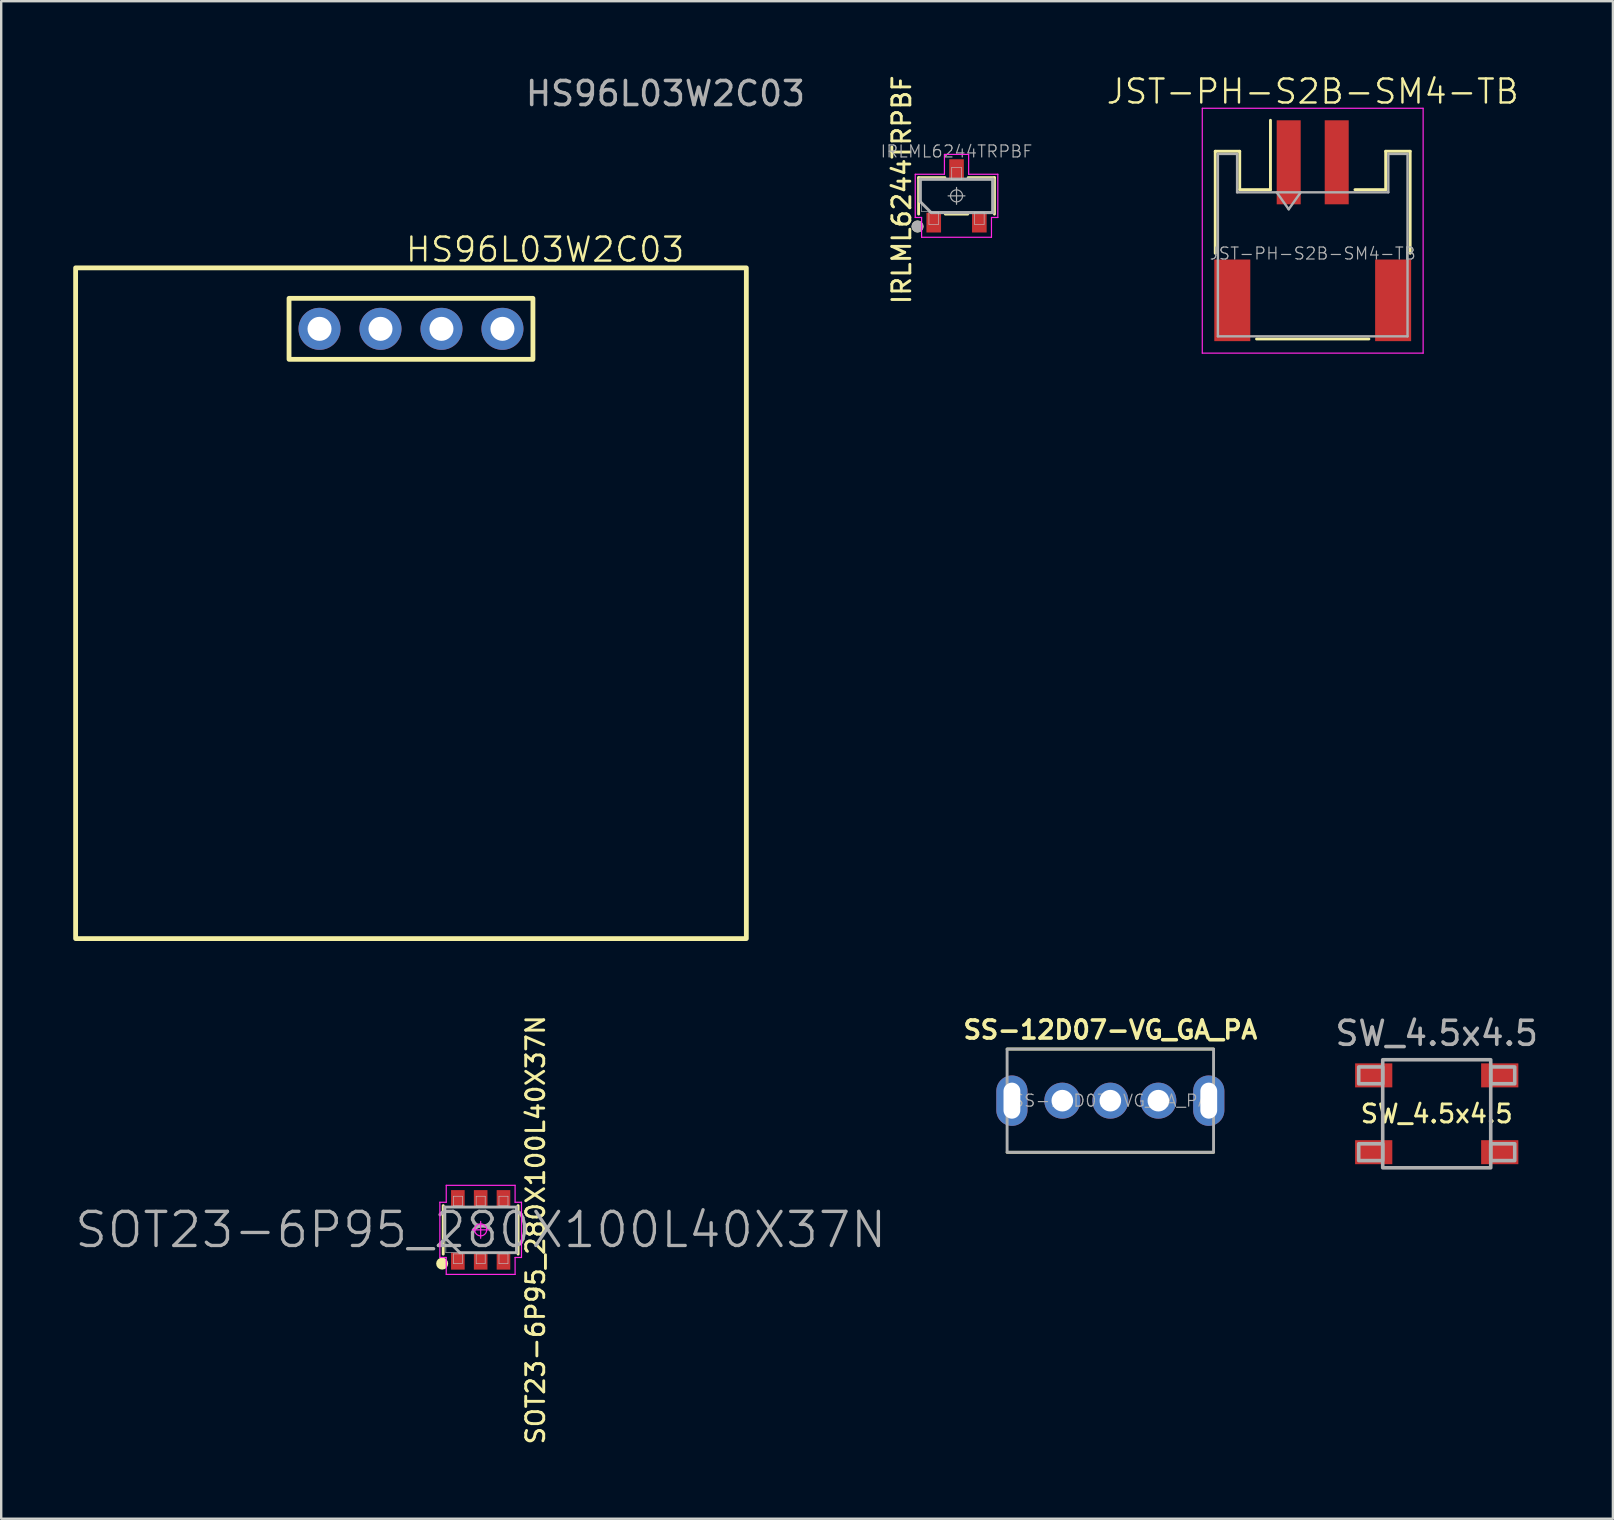
<source format=kicad_pcb>
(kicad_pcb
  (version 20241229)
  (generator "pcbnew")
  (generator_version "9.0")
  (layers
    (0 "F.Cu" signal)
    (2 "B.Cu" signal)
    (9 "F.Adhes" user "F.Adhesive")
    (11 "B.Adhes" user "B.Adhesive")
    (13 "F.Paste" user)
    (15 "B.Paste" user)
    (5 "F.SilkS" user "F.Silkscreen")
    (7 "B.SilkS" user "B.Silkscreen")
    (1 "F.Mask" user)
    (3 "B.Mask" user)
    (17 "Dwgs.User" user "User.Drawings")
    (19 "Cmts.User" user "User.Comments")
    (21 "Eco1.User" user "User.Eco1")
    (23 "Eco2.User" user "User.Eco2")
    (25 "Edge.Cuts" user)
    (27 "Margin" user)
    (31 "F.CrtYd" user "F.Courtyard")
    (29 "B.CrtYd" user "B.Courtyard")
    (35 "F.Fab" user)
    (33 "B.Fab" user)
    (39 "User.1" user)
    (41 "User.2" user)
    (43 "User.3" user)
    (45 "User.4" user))
  (footprint "JST-PH-S2B-SM4-TB"
    (layer "F.Cu")
    (at 51.633 7.511)
    (property "Reference" "JST-PH-S2B-SM4-TB" (at 0 -6.75 0) (unlocked yes) (layer "F.SilkS") (effects (font (size 1 1) (thickness 0.1))))
    (attr smd)
    (fp_line (start -4.06 -4.26) (end -3.04 -4.26) (stroke (width 0.12) (type solid)) (layer "F.SilkS"))
    (fp_line (start -4.06 -0.01) (end -4.06 -4.26) (stroke (width 0.12) (type solid)) (layer "F.SilkS"))
    (fp_line (start -3.04 -4.26) (end -3.04 -2.66) (stroke (width 0.12) (type solid)) (layer "F.SilkS"))
    (fp_line (start -3.04 -2.66) (end -1.76 -2.66) (stroke (width 0.12) (type solid)) (layer "F.SilkS"))
    (fp_line (start -2.34 3.56) (end 2.34 3.56) (stroke (width 0.12) (type solid)) (layer "F.SilkS"))
    (fp_line (start -1.76 -2.66) (end -1.76 -5.55) (stroke (width 0.12) (type solid)) (layer "F.SilkS"))
    (fp_line (start 3.04 -4.26) (end 3.04 -2.66) (stroke (width 0.12) (type solid)) (layer "F.SilkS"))
    (fp_line (start 3.04 -2.66) (end 1.76 -2.66) (stroke (width 0.12) (type solid)) (layer "F.SilkS"))
    (fp_line (start 4.06 -4.26) (end 3.04 -4.26) (stroke (width 0.12) (type solid)) (layer "F.SilkS"))
    (fp_line (start 4.06 -0.01) (end 4.06 -4.26) (stroke (width 0.12) (type solid)) (layer "F.SilkS"))
    (fp_line (start -4.6 -6.05) (end -4.6 4.15) (stroke (width 0.05) (type solid)) (layer "F.CrtYd"))
    (fp_line (start -4.6 4.15) (end 4.6 4.15) (stroke (width 0.05) (type solid)) (layer "F.CrtYd"))
    (fp_line (start 4.6 -6.05) (end -4.6 -6.05) (stroke (width 0.05) (type solid)) (layer "F.CrtYd"))
    (fp_line (start 4.6 4.15) (end 4.6 -6.05) (stroke (width 0.05) (type solid)) (layer "F.CrtYd"))
    (fp_line (start -3.95 -4.15) (end -3.95 3.45) (stroke (width 0.1) (type solid)) (layer "F.Fab"))
    (fp_line (start -3.95 -4.15) (end -3.15 -4.15) (stroke (width 0.1) (type solid)) (layer "F.Fab"))
    (fp_line (start -3.95 3.45) (end 3.95 3.45) (stroke (width 0.1) (type solid)) (layer "F.Fab"))
    (fp_line (start -3.15 -4.15) (end -3.15 -2.55) (stroke (width 0.1) (type solid)) (layer "F.Fab"))
    (fp_line (start -3.15 -2.55) (end 3.15 -2.55) (stroke (width 0.1) (type solid)) (layer "F.Fab"))
    (fp_line (start -1.5 -2.55) (end -1 -1.843) (stroke (width 0.1) (type solid)) (layer "F.Fab"))
    (fp_line (start -1 -1.843) (end -0.5 -2.55) (stroke (width 0.1) (type solid)) (layer "F.Fab"))
    (fp_line (start 3.15 -4.15) (end 3.95 -4.15) (stroke (width 0.1) (type solid)) (layer "F.Fab"))
    (fp_line (start 3.15 -2.55) (end 3.15 -4.15) (stroke (width 0.1) (type solid)) (layer "F.Fab"))
    (fp_line (start 3.95 -4.15) (end 3.95 3.45) (stroke (width 0.1) (type solid)) (layer "F.Fab"))
    (fp_text user "${REFERENCE}" (at 0 0 0) (unlocked yes) (layer "F.Fab") (effects (font (size 0.5 0.5) (thickness 0.05))))
    (pad "" smd rect (at -3.35 1.95) (size 1.5 3.4) (layers "F.Cu" "F.Mask" "F.Paste"))
    (pad "" smd rect (at 3.35 1.95) (size 1.5 3.4) (layers "F.Cu" "F.Mask" "F.Paste"))
    (pad "1" smd rect (at -1 -3.8) (size 1 3.5) (layers "F.Cu" "F.Mask" "F.Paste"))
    (pad "2" smd rect (at 1 -3.8) (size 1 3.5) (layers "F.Cu" "F.Mask" "F.Paste")))
  (footprint "SOT23-6P95_280X100L40X37N"
    (layer "F.Cu")
    (at 16.973 48.182)
    (property "Reference" "SOT23-6P95_280X100L40X37N" (at 2.286 0 270) (layer "F.SilkS") (effects (font (size 0.75 0.75) (thickness 0.12))))
    (attr smd)
    (fp_line (start -1.56 1.01) (end -1.56 -1.01) (stroke (width 0.12) (type solid)) (layer "F.SilkS"))
    (fp_line (start 1.56 -1.01) (end 1.56 1.01) (stroke (width 0.12) (type solid)) (layer "F.SilkS"))
    (fp_circle (center -1.604 1.406) (end -1.604 1.531) (stroke (width 0.25) (type solid)) (fill no) (layer "F.SilkS"))
    (fp_line (start -1.45 -0.95) (end 1.45 -0.95) (stroke (width 0.025) (type solid)) (layer "Dwgs.User"))
    (fp_line (start -1.45 0.95) (end -1.45 -0.95) (stroke (width 0.025) (type solid)) (layer "Dwgs.User"))
    (fp_line (start -1.138 -1.4) (end -0.762 -1.4) (stroke (width 0.025) (type solid)) (layer "Dwgs.User"))
    (fp_line (start -1.138 -1) (end -1.138 -1.4) (stroke (width 0.025) (type solid)) (layer "Dwgs.User"))
    (fp_line (start -1.138 1) (end -0.762 1) (stroke (width 0.025) (type solid)) (layer "Dwgs.User"))
    (fp_line (start -1.138 1.4) (end -1.138 1) (stroke (width 0.025) (type solid)) (layer "Dwgs.User"))
    (fp_line (start -0.762 -1.4) (end -0.762 -1) (stroke (width 0.025) (type solid)) (layer "Dwgs.User"))
    (fp_line (start -0.762 -1) (end -1.138 -1) (stroke (width 0.025) (type solid)) (layer "Dwgs.User"))
    (fp_line (start -0.762 1) (end -0.762 1.4) (stroke (width 0.025) (type solid)) (layer "Dwgs.User"))
    (fp_line (start -0.762 1.4) (end -1.138 1.4) (stroke (width 0.025) (type solid)) (layer "Dwgs.User"))
    (fp_line (start -0.188 -1.4) (end 0.188 -1.4) (stroke (width 0.025) (type solid)) (layer "Dwgs.User"))
    (fp_line (start -0.188 -1) (end -0.188 -1.4) (stroke (width 0.025) (type solid)) (layer "Dwgs.User"))
    (fp_line (start -0.188 1) (end 0.188 1) (stroke (width 0.025) (type solid)) (layer "Dwgs.User"))
    (fp_line (start -0.188 1.4) (end -0.188 1) (stroke (width 0.025) (type solid)) (layer "Dwgs.User"))
    (fp_line (start 0.188 -1.4) (end 0.188 -1) (stroke (width 0.025) (type solid)) (layer "Dwgs.User"))
    (fp_line (start 0.188 -1) (end -0.188 -1) (stroke (width 0.025) (type solid)) (layer "Dwgs.User"))
    (fp_line (start 0.188 1) (end 0.188 1.4) (stroke (width 0.025) (type solid)) (layer "Dwgs.User"))
    (fp_line (start 0.188 1.4) (end -0.188 1.4) (stroke (width 0.025) (type solid)) (layer "Dwgs.User"))
    (fp_line (start 0.762 -1.4) (end 1.138 -1.4) (stroke (width 0.025) (type solid)) (layer "Dwgs.User"))
    (fp_line (start 0.762 -1) (end 0.762 -1.4) (stroke (width 0.025) (type solid)) (layer "Dwgs.User"))
    (fp_line (start 0.762 1) (end 1.138 1) (stroke (width 0.025) (type solid)) (layer "Dwgs.User"))
    (fp_line (start 0.762 1.4) (end 0.762 1) (stroke (width 0.025) (type solid)) (layer "Dwgs.User"))
    (fp_line (start 1.138 -1.4) (end 1.138 -1) (stroke (width 0.025) (type solid)) (layer "Dwgs.User"))
    (fp_line (start 1.138 -1) (end 0.762 -1) (stroke (width 0.025) (type solid)) (layer "Dwgs.User"))
    (fp_line (start 1.138 1) (end 1.138 1.4) (stroke (width 0.025) (type solid)) (layer "Dwgs.User"))
    (fp_line (start 1.138 1.4) (end 0.762 1.4) (stroke (width 0.025) (type solid)) (layer "Dwgs.User"))
    (fp_line (start 1.45 -0.95) (end 1.45 0.95) (stroke (width 0.025) (type solid)) (layer "Dwgs.User"))
    (fp_line (start 1.45 0.95) (end -1.45 0.95) (stroke (width 0.025) (type solid)) (layer "Dwgs.User"))
    (fp_line (start -1.7 -1.15) (end -1.7 1.15) (stroke (width 0.05) (type solid)) (layer "F.CrtYd"))
    (fp_line (start -1.7 1.15) (end -1.434 1.15) (stroke (width 0.05) (type solid)) (layer "F.CrtYd"))
    (fp_line (start -1.434 -1.856) (end -1.434 -1.15) (stroke (width 0.05) (type solid)) (layer "F.CrtYd"))
    (fp_line (start -1.434 -1.15) (end -1.7 -1.15) (stroke (width 0.05) (type solid)) (layer "F.CrtYd"))
    (fp_line (start -1.434 1.15) (end -1.434 1.856) (stroke (width 0.05) (type solid)) (layer "F.CrtYd"))
    (fp_line (start -1.434 1.856) (end 1.434 1.856) (stroke (width 0.05) (type solid)) (layer "F.CrtYd"))
    (fp_line (start -0.35 0) (end 0.35 0) (stroke (width 0.05) (type solid)) (layer "F.CrtYd"))
    (fp_line (start 0 -0.35) (end 0 0.35) (stroke (width 0.05) (type solid)) (layer "F.CrtYd"))
    (fp_line (start 1.434 -1.856) (end -1.434 -1.856) (stroke (width 0.05) (type solid)) (layer "F.CrtYd"))
    (fp_line (start 1.434 -1.15) (end 1.434 -1.856) (stroke (width 0.05) (type solid)) (layer "F.CrtYd"))
    (fp_line (start 1.434 1.15) (end 1.7 1.15) (stroke (width 0.05) (type solid)) (layer "F.CrtYd"))
    (fp_line (start 1.434 1.856) (end 1.434 1.15) (stroke (width 0.05) (type solid)) (layer "F.CrtYd"))
    (fp_line (start 1.7 -1.15) (end 1.434 -1.15) (stroke (width 0.05) (type solid)) (layer "F.CrtYd"))
    (fp_line (start 1.7 1.15) (end 1.7 -1.15) (stroke (width 0.05) (type solid)) (layer "F.CrtYd"))
    (fp_circle (center 0 0) (end 0 0.25) (stroke (width 0.05) (type solid)) (fill no) (layer "F.CrtYd"))
    (fp_line (start -1.5 -0.95) (end 1.5 -0.95) (stroke (width 0.12) (type solid)) (layer "F.Fab"))
    (fp_line (start -1.5 0.317) (end -1.5 -0.95) (stroke (width 0.12) (type solid)) (layer "F.Fab"))
    (fp_line (start -0.867 0.95) (end -1.5 0.317) (stroke (width 0.12) (type solid)) (layer "F.Fab"))
    (fp_line (start 1.5 -0.95) (end 1.5 0.95) (stroke (width 0.12) (type solid)) (layer "F.Fab"))
    (fp_line (start 1.5 0.95) (end -0.867 0.95) (stroke (width 0.12) (type solid)) (layer "F.Fab"))
    (fp_text user "${REFERENCE}" (at 0 0 0) (layer "F.Fab") (effects (font (size 1.42 1.42) (thickness 0.14))))
    (pad "1" smd rect (at -0.95 1.303 90) (size 0.706 0.567) (layers "F.Cu" "F.Mask" "F.Paste"))
    (pad "2" smd rect (at 0 1.303 90) (size 0.706 0.567) (layers "F.Cu" "F.Mask" "F.Paste"))
    (pad "3" smd rect (at 0.95 1.303 90) (size 0.706 0.567) (layers "F.Cu" "F.Mask" "F.Paste"))
    (pad "4" smd rect (at 0.95 -1.303 90) (size 0.706 0.567) (layers "F.Cu" "F.Mask" "F.Paste"))
    (pad "5" smd rect (at 0 -1.303 90) (size 0.706 0.567) (layers "F.Cu" "F.Mask" "F.Paste"))
    (pad "6" smd rect (at -0.95 -1.303 90) (size 0.706 0.567) (layers "F.Cu" "F.Mask" "F.Paste")))
  (footprint "IRLML6244TRPBF"
    (layer "F.Cu")
    (at 36.796 5.109)
    (property "Reference" "IRLML6244TRPBF" (at -2.286 -0.254 270) (layer "F.SilkS") (effects (font (size 0.75 0.75) (thickness 0.12))))
    (attr smd)
    (fp_line (start -1.58 -0.76) (end -0.485 -0.76) (stroke (width 0.12) (type solid)) (layer "F.SilkS"))
    (fp_line (start -1.58 0.76) (end -1.58 -0.76) (stroke (width 0.12) (type solid)) (layer "F.SilkS"))
    (fp_line (start 0.466 0.76) (end -0.466 0.76) (stroke (width 0.12) (type solid)) (layer "F.SilkS"))
    (fp_line (start 0.485 -0.76) (end 1.58 -0.76) (stroke (width 0.12) (type solid)) (layer "F.SilkS"))
    (fp_line (start 1.58 -0.76) (end 1.58 0.76) (stroke (width 0.12) (type solid)) (layer "F.SilkS"))
    (fp_circle (center -1.625 1.276) (end -1.625 1.401) (stroke (width 0.25) (type solid)) (fill no) (layer "F.SilkS"))
    (fp_line (start -1.46 -0.65) (end 1.46 -0.65) (stroke (width 0.025) (type solid)) (layer "Dwgs.User"))
    (fp_line (start -1.46 0.65) (end -1.46 -0.65) (stroke (width 0.025) (type solid)) (layer "Dwgs.User"))
    (fp_line (start -1.15 0.685) (end -0.75 0.685) (stroke (width 0.025) (type solid)) (layer "Dwgs.User"))
    (fp_line (start -1.15 1.185) (end -1.15 0.685) (stroke (width 0.025) (type solid)) (layer "Dwgs.User"))
    (fp_line (start -0.75 0.685) (end -0.75 1.185) (stroke (width 0.025) (type solid)) (layer "Dwgs.User"))
    (fp_line (start -0.75 1.185) (end -1.15 1.185) (stroke (width 0.025) (type solid)) (layer "Dwgs.User"))
    (fp_line (start -0.2 -1.185) (end 0.2 -1.185) (stroke (width 0.025) (type solid)) (layer "Dwgs.User"))
    (fp_line (start -0.2 -0.685) (end -0.2 -1.185) (stroke (width 0.025) (type solid)) (layer "Dwgs.User"))
    (fp_line (start 0.2 -1.185) (end 0.2 -0.685) (stroke (width 0.025) (type solid)) (layer "Dwgs.User"))
    (fp_line (start 0.2 -0.685) (end -0.2 -0.685) (stroke (width 0.025) (type solid)) (layer "Dwgs.User"))
    (fp_line (start 0.75 0.685) (end 1.15 0.685) (stroke (width 0.025) (type solid)) (layer "Dwgs.User"))
    (fp_line (start 0.75 1.185) (end 0.75 0.685) (stroke (width 0.025) (type solid)) (layer "Dwgs.User"))
    (fp_line (start 1.15 0.685) (end 1.15 1.185) (stroke (width 0.025) (type solid)) (layer "Dwgs.User"))
    (fp_line (start 1.15 1.185) (end 0.75 1.185) (stroke (width 0.025) (type solid)) (layer "Dwgs.User"))
    (fp_line (start 1.46 -0.65) (end 1.46 0.65) (stroke (width 0.025) (type solid)) (layer "Dwgs.User"))
    (fp_line (start 1.46 0.65) (end -1.46 0.65) (stroke (width 0.025) (type solid)) (layer "Dwgs.User"))
    (fp_line (start -1.72 -0.9) (end -1.72 0.9) (stroke (width 0.05) (type solid)) (layer "F.CrtYd"))
    (fp_line (start -1.72 0.9) (end -1.455 0.9) (stroke (width 0.05) (type solid)) (layer "F.CrtYd"))
    (fp_line (start -1.455 0.9) (end -1.455 1.726) (stroke (width 0.05) (type solid)) (layer "F.CrtYd"))
    (fp_line (start -1.455 1.726) (end 1.455 1.726) (stroke (width 0.05) (type solid)) (layer "F.CrtYd"))
    (fp_line (start -0.504 -1.726) (end -0.504 -0.9) (stroke (width 0.05) (type solid)) (layer "F.CrtYd"))
    (fp_line (start -0.504 -0.9) (end -1.72 -0.9) (stroke (width 0.05) (type solid)) (layer "F.CrtYd"))
    (fp_line (start 0.504 -1.726) (end -0.504 -1.726) (stroke (width 0.05) (type solid)) (layer "F.CrtYd"))
    (fp_line (start 0.504 -0.9) (end 0.504 -1.726) (stroke (width 0.05) (type solid)) (layer "F.CrtYd"))
    (fp_line (start 1.455 0.9) (end 1.72 0.9) (stroke (width 0.05) (type solid)) (layer "F.CrtYd"))
    (fp_line (start 1.455 1.726) (end 1.455 0.9) (stroke (width 0.05) (type solid)) (layer "F.CrtYd"))
    (fp_line (start 1.72 -0.9) (end 0.504 -0.9) (stroke (width 0.05) (type solid)) (layer "F.CrtYd"))
    (fp_line (start 1.72 0.9) (end 1.72 -0.9) (stroke (width 0.05) (type solid)) (layer "F.CrtYd"))
    (fp_line (start -1.52 -0.7) (end 1.52 -0.7) (stroke (width 0.12) (type solid)) (layer "F.Fab"))
    (fp_line (start -1.52 0.233) (end -1.52 -0.7) (stroke (width 0.12) (type solid)) (layer "F.Fab"))
    (fp_line (start -1.053 0.7) (end -1.52 0.233) (stroke (width 0.12) (type solid)) (layer "F.Fab"))
    (fp_line (start -0.35 0) (end 0.35 0) (stroke (width 0.05) (type solid)) (layer "F.Fab"))
    (fp_line (start 0 -0.35) (end 0 0.35) (stroke (width 0.05) (type solid)) (layer "F.Fab"))
    (fp_line (start 1.52 -0.7) (end 1.52 0.7) (stroke (width 0.12) (type solid)) (layer "F.Fab"))
    (fp_line (start 1.52 0.7) (end -1.053 0.7) (stroke (width 0.12) (type solid)) (layer "F.Fab"))
    (fp_circle (center -1.625 1.276) (end -1.5 1.276) (stroke (width 0.25) (type solid)) (fill no) (layer "F.Fab"))
    (fp_circle (center 0 0) (end 0.25 0) (stroke (width 0.05) (type solid)) (fill no) (layer "F.Fab"))
    (fp_text user "${REFERENCE}" (at 0 -1.85 0) (layer "F.Fab") (effects (font (size 0.5 0.5) (thickness 0.05))))
    (pad "1" smd rect (at -0.95 1.113 90) (size 0.826 0.609) (layers "F.Cu" "F.Mask" "F.Paste"))
    (pad "2" smd rect (at 0.95 1.113 90) (size 0.826 0.609) (layers "F.Cu" "F.Mask" "F.Paste"))
    (pad "3" smd rect (at 0 -1.113 90) (size 0.826 0.609) (layers "F.Cu" "F.Mask" "F.Paste")))
  (footprint "HS96L03W2C03"
    (layer "F.Cu")
    (at 14.07 10.648)
    (property "Reference" "HS96L03W2C03" (at 5.588 -3.302 0) (unlocked yes) (layer "F.SilkS") (effects (font (size 1 1) (thickness 0.1))))
    (attr through_hole)
    (fp_rect (start -13.97 -2.54) (end 13.97 25.4) (stroke (width 0.2) (type default)) (fill no) (layer "F.SilkS"))
    (fp_rect (start -5.08 -1.27) (end 5.08 1.27) (stroke (width 0.2) (type default)) (fill no) (layer "F.SilkS"))
    (fp_text user "${REFERENCE}" (at 10.6 -9.8 0) (unlocked yes) (layer "F.Fab") (effects (font (size 1 1) (thickness 0.15))))
    (pad "1" thru_hole circle (at -3.81 0) (size 1.75 1.75) (drill 1) (layers "*.Cu" "*.Mask"))
    (pad "2" thru_hole circle (at -1.27 0) (size 1.75 1.75) (drill 1) (layers "*.Cu" "*.Mask"))
    (pad "3" thru_hole circle (at 1.27 0) (size 1.75 1.75) (drill 1) (layers "*.Cu" "*.Mask"))
    (pad "4" thru_hole circle (at 3.81 0) (size 1.75 1.75) (drill 1) (layers "*.Cu" "*.Mask")))
  (footprint "SS-12D07-VG_GA_PA"
    (layer "F.Cu")
    (at 43.203 42.8)
    (property "Reference" "SS-12D07-VG_GA_PA" (at 0 -2.95 0) (unlocked yes) (layer "F.SilkS") (effects (font (size 0.75 0.75) (thickness 0.15) (bold yes))))
    (attr through_hole)
    (fp_line (start 4.3 -2.15) (end -4.3 -2.15) (stroke (width 0.12) (type default)) (layer "F.SilkS"))
    (fp_line (start 4.3 2.15) (end -4.3 2.15) (stroke (width 0.12) (type default)) (layer "F.SilkS"))
    (fp_rect (start -4.3 -2.15) (end 4.3 2.15) (stroke (width 0.12) (type default)) (fill no) (layer "F.Fab"))
    (fp_text user "${REFERENCE}" (at 0 0 0) (unlocked yes) (layer "F.Fab") (effects (font (size 0.5 0.5) (thickness 0.05))))
    (pad "" thru_hole oval (at -4.1 0) (size 1.3 2.1) (drill oval 0.7 1.5) (layers "*.Cu" "*.Mask"))
    (pad "" thru_hole oval (at 4.1 0) (size 1.3 2.1) (drill oval 0.7 1.5) (layers "*.Cu" "*.Mask"))
    (pad "1" thru_hole circle (at -2 0) (size 1.5 1.5) (drill 0.9) (layers "*.Cu" "*.Mask"))
    (pad "2" thru_hole circle (at 0 0) (size 1.5 1.5) (drill 0.9) (layers "*.Cu" "*.Mask"))
    (pad "3" thru_hole circle (at 2 0) (size 1.5 1.5) (drill 0.9) (layers "*.Cu" "*.Mask")))
  (footprint "SW_4.5x4.5"
    (layer "F.Cu")
    (at 56.799 43.346)
    (property "Reference" "SW_4.5x4.5" (at 0 0 0) (unlocked yes) (layer "F.SilkS") (effects (font (size 0.75 0.75) (thickness 0.12))))
    (attr smd)
    (fp_rect (start -3.25 -1.95) (end -2.25 -1.25) (stroke (width 0.15) (type default)) (fill no) (layer "F.Fab"))
    (fp_rect (start -3.25 1.25) (end -2.25 1.95) (stroke (width 0.15) (type default)) (fill no) (layer "F.Fab"))
    (fp_rect (start -2.25 -2.25) (end 2.25 2.25) (stroke (width 0.15) (type default)) (fill no) (layer "F.Fab"))
    (fp_rect (start 2.25 -1.95) (end 3.25 -1.25) (stroke (width 0.15) (type default)) (fill no) (layer "F.Fab"))
    (fp_rect (start 2.25 1.25) (end 3.25 1.95) (stroke (width 0.15) (type default)) (fill no) (layer "F.Fab"))
    (fp_text user "${REFERENCE}" (at 0 -3.35 0) (unlocked yes) (layer "F.Fab") (effects (font (size 1 1) (thickness 0.15))))
    (pad "1" smd rect (at -2.625 -1.6) (size 1.55 1) (layers "F.Cu" "F.Mask" "F.Paste"))
    (pad "2" smd rect (at 2.625 -1.6) (size 1.55 1) (layers "F.Cu" "F.Mask" "F.Paste"))
    (pad "3" smd rect (at -2.625 1.6) (size 1.55 1) (layers "F.Cu" "F.Mask" "F.Paste"))
    (pad "4" smd rect (at 2.625 1.6) (size 1.55 1) (layers "F.Cu" "F.Mask" "F.Paste")))
  (gr_rect
    (start -3 -3)
    (end 64.138 60.215)
    (stroke (width 0.1) (type default))
    (fill no)
    (layer "Edge.Cuts")))
</source>
